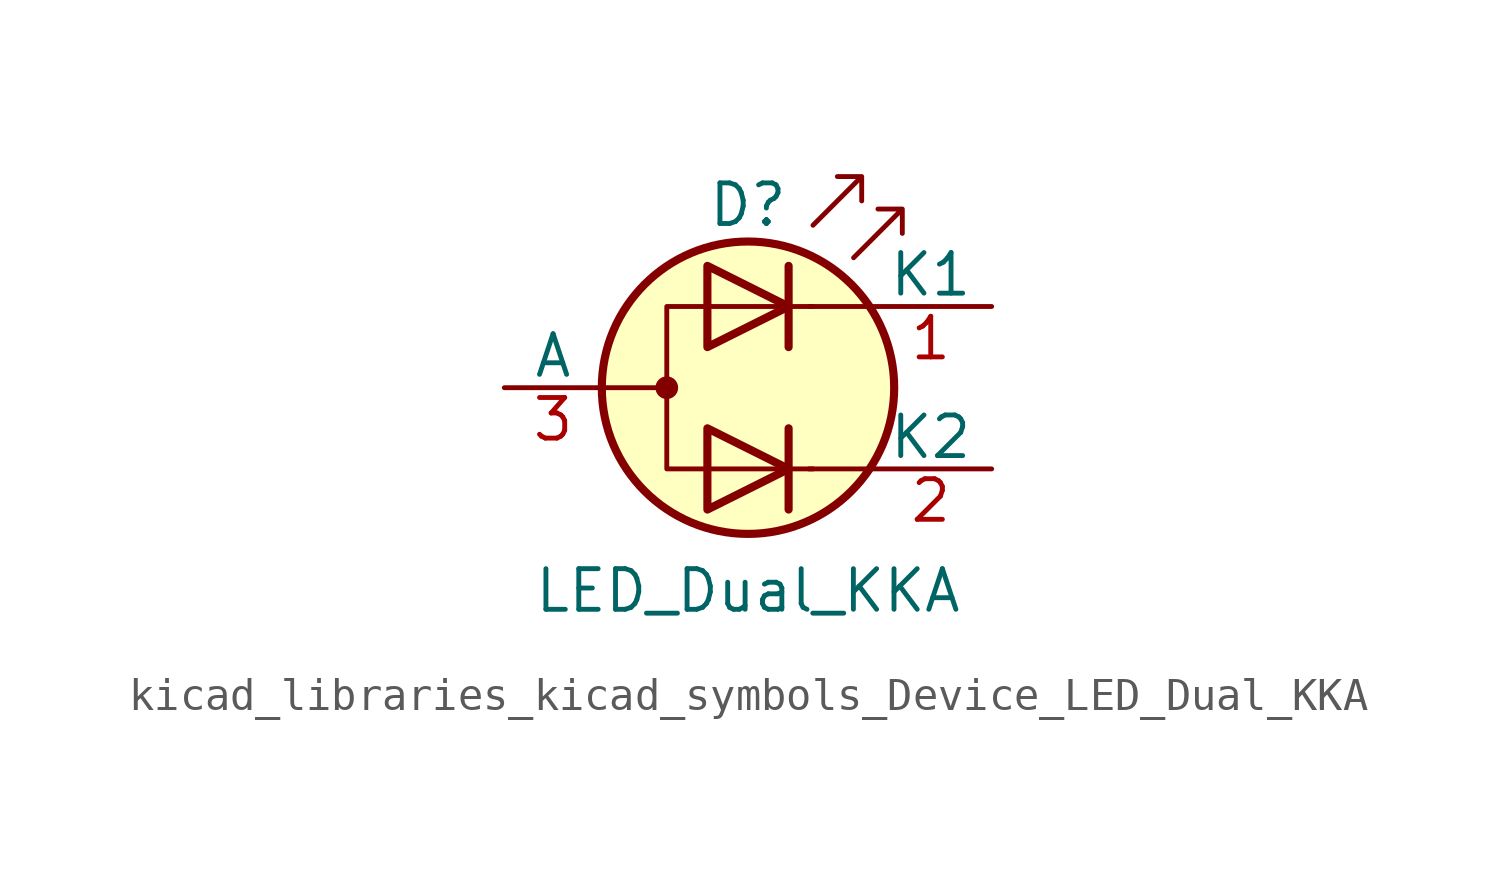
<source format=kicad_sym>
(kicad_symbol_lib
  (version 20220914)
  (generator kicad_symbol_editor)
  (symbol "kicad_libraries_kicad_symbols_Device_LED_Dual_KKA"
    (pin_names
      (offset 0))
    (property "Reference" "D"
      (at 0 5.715 0)
      (effects (font (size 1.27 1.27))))
    (property "Value" "LED_Dual_KKA"
      (at 0 -6.35 0)
      (effects (font (size 1.27 1.27))))
    (symbol "kicad_libraries_kicad_symbols_Device_LED_Dual_KKA_0_1"
      (circle (center -2.54 0) (radius 0.279) (stroke (width 0) (type default)) (fill (type outline)))
      (polyline (pts (xy -4.572 0) (xy -2.54 0)) (stroke (width 0) (type default)) (fill (type none)))
      (polyline (pts (xy 1.27 -1.27) (xy 1.27 -3.81)) (stroke (width 0.254) (type default)) (fill (type none)))
      (polyline (pts (xy 1.27 3.81) (xy 1.27 1.27)) (stroke (width 0.254) (type default)) (fill (type none)))
      (polyline (pts (xy 3.81 -2.54) (xy 1.905 -2.54)) (stroke (width 0) (type default)) (fill (type none)))
      (polyline (pts (xy 3.81 2.54) (xy 1.905 2.54)) (stroke (width 0) (type default)) (fill (type none)))
      (polyline (pts (xy -1.27 -1.27) (xy -1.27 -3.81) (xy 1.27 -2.54) (xy -1.27 -1.27)) (stroke (width 0.254) (type default)) (fill (type none)))
      (polyline (pts (xy -1.27 3.81) (xy -1.27 1.27) (xy 1.27 2.54) (xy -1.27 3.81)) (stroke (width 0.254) (type default)) (fill (type none)))
      (polyline (pts (xy 2.032 2.54) (xy -2.54 2.54) (xy -2.54 -2.54) (xy 2.032 -2.54)) (stroke (width 0) (type default)) (fill (type none)))
      (polyline (pts (xy 2.032 5.08) (xy 3.556 6.604) (xy 2.794 6.604) (xy 3.556 6.604) (xy 3.556 5.842)) (stroke (width 0) (type default)) (fill (type none)))
      (polyline (pts (xy 3.302 4.064) (xy 4.826 5.588) (xy 4.064 5.588) (xy 4.826 5.588) (xy 4.826 4.826)) (stroke (width 0) (type default)) (fill (type none)))
      (circle (center 0 0) (radius 4.572) (stroke (width 0.254) (type default)) (fill (type background))))
    (symbol "kicad_libraries_kicad_symbols_Device_LED_Dual_KKA_1_1"
      (pin input line (at 7.62 2.54 180) (length 3.81) (name "K1" (effects (font (size 1.27 1.27)))) (number "1" (effects (font (size 1.27 1.27)))))
      (pin input line (at 7.62 -2.54 180) (length 3.81) (name "K2" (effects (font (size 1.27 1.27)))) (number "2" (effects (font (size 1.27 1.27)))))
      (pin input line (at -7.62 0 0) (length 3.048) (name "A" (effects (font (size 1.27 1.27)))) (number "3" (effects (font (size 1.27 1.27))))))))
</source>
